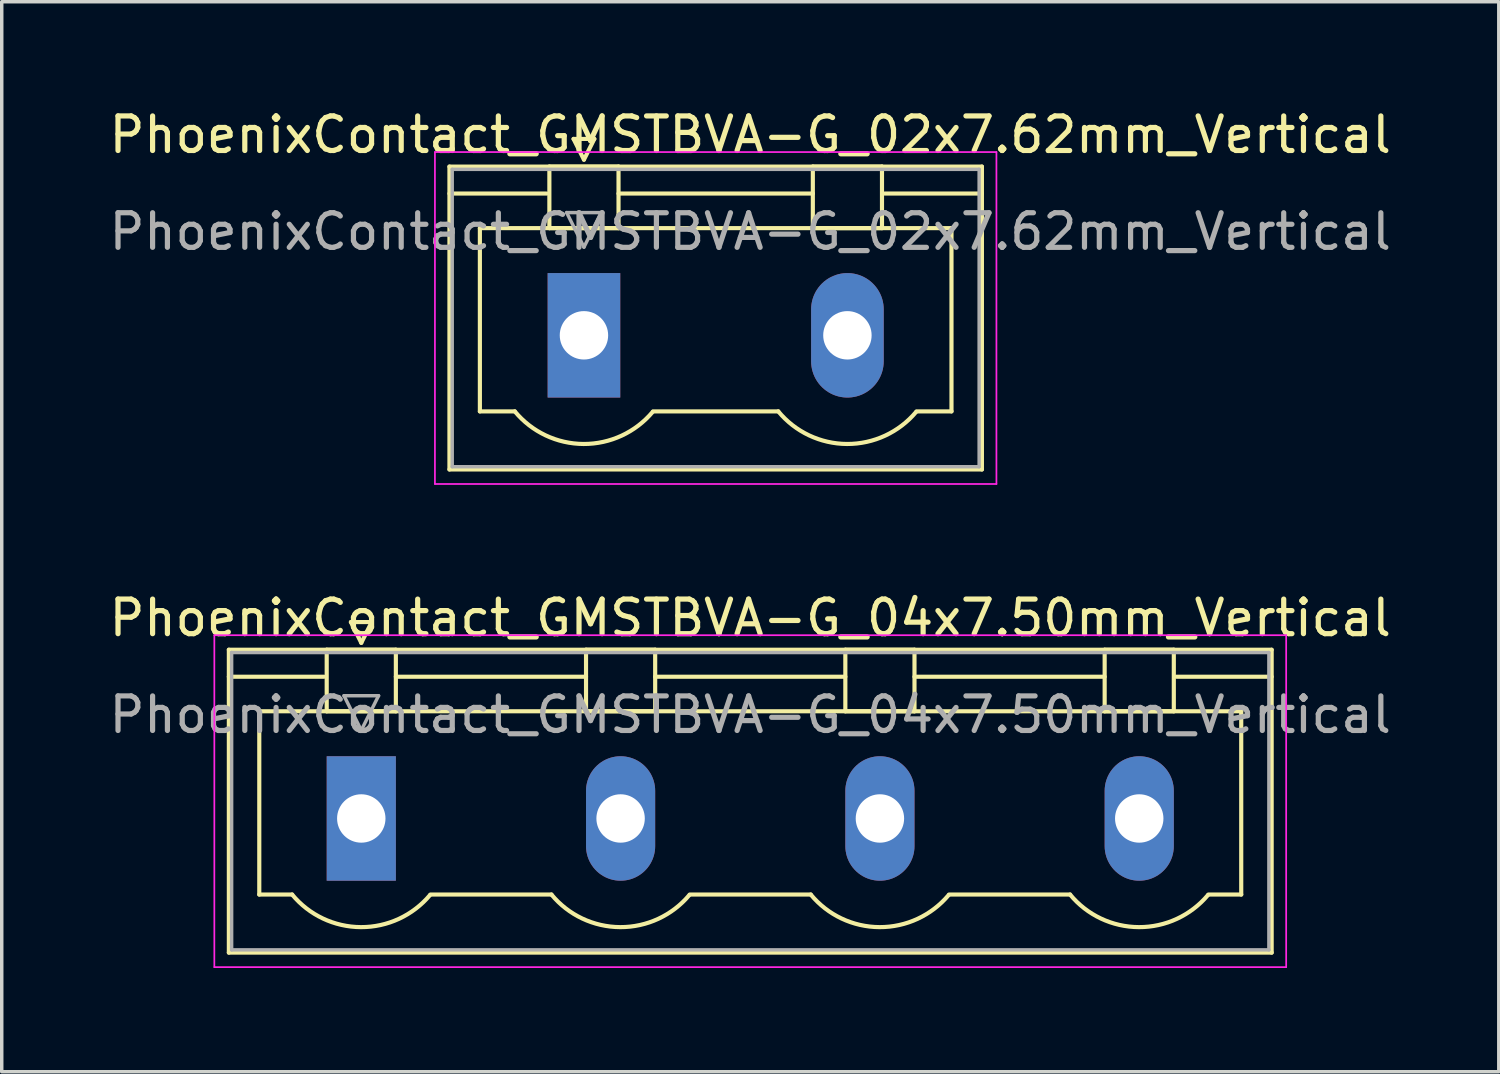
<source format=kicad_pcb>
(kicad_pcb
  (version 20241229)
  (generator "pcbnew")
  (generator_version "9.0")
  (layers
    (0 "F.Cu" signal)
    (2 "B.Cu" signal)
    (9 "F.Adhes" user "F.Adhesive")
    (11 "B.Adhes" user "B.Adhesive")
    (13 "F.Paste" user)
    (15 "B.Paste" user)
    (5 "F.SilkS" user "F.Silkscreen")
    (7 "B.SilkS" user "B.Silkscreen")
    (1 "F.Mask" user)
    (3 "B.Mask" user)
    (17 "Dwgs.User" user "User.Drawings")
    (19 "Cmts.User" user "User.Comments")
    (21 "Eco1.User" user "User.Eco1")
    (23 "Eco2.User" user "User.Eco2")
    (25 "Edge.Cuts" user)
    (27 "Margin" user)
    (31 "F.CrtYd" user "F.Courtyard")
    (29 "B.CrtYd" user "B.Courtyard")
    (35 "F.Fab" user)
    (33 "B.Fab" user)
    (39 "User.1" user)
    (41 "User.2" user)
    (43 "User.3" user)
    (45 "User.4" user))
  (footprint "PhoenixContact_GMSTBVA-G_04x7.50mm_Vertical"
    (layer "F.Cu")
    (at 7.399 20.622)
    (property "Reference" "PhoenixContact_GMSTBVA-G_04x7.50mm_Vertical" (at 11.25 -5.8 0) (layer "F.SilkS") (effects (font (size 1 1) (thickness 0.15))))
    (attr through_hole)
    (fp_line (start -3.83 -4.88) (end -3.83 3.88) (stroke (width 0.12) (type solid)) (layer "F.SilkS"))
    (fp_line (start -3.83 -4.1) (end -1.08 -4.1) (stroke (width 0.12) (type solid)) (layer "F.SilkS"))
    (fp_line (start -3.83 3.88) (end 26.33 3.88) (stroke (width 0.12) (type solid)) (layer "F.SilkS"))
    (fp_line (start -2.95 -3.1) (end 25.45 -3.1) (stroke (width 0.12) (type solid)) (layer "F.SilkS"))
    (fp_line (start -2.95 2.2) (end -2.95 -3.1) (stroke (width 0.12) (type solid)) (layer "F.SilkS"))
    (fp_line (start -2 2.2) (end -2.95 2.2) (stroke (width 0.12) (type solid)) (layer "F.SilkS"))
    (fp_line (start -1 -4.88) (end 1 -4.88) (stroke (width 0.12) (type solid)) (layer "F.SilkS"))
    (fp_line (start -1 -3.1) (end -1 -4.88) (stroke (width 0.12) (type solid)) (layer "F.SilkS"))
    (fp_line (start -0.3 -5.68) (end 0.3 -5.68) (stroke (width 0.12) (type solid)) (layer "F.SilkS"))
    (fp_line (start 0 -5.08) (end -0.3 -5.68) (stroke (width 0.12) (type solid)) (layer "F.SilkS"))
    (fp_line (start 0.3 -5.68) (end 0 -5.08) (stroke (width 0.12) (type solid)) (layer "F.SilkS"))
    (fp_line (start 1 -4.88) (end 1 -3.1) (stroke (width 0.12) (type solid)) (layer "F.SilkS"))
    (fp_line (start 1 -4.1) (end 6.5 -4.1) (stroke (width 0.12) (type solid)) (layer "F.SilkS"))
    (fp_line (start 1 -3.1) (end -1 -3.1) (stroke (width 0.12) (type solid)) (layer "F.SilkS"))
    (fp_line (start 2 2.2) (end 5.5 2.2) (stroke (width 0.12) (type solid)) (layer "F.SilkS"))
    (fp_line (start 6.5 -4.88) (end 8.5 -4.88) (stroke (width 0.12) (type solid)) (layer "F.SilkS"))
    (fp_line (start 6.5 -3.1) (end 6.5 -4.88) (stroke (width 0.12) (type solid)) (layer "F.SilkS"))
    (fp_line (start 8.5 -4.88) (end 8.5 -3.1) (stroke (width 0.12) (type solid)) (layer "F.SilkS"))
    (fp_line (start 8.5 -4.1) (end 14 -4.1) (stroke (width 0.12) (type solid)) (layer "F.SilkS"))
    (fp_line (start 8.5 -3.1) (end 6.5 -3.1) (stroke (width 0.12) (type solid)) (layer "F.SilkS"))
    (fp_line (start 9.5 2.2) (end 13 2.2) (stroke (width 0.12) (type solid)) (layer "F.SilkS"))
    (fp_line (start 14 -4.88) (end 16 -4.88) (stroke (width 0.12) (type solid)) (layer "F.SilkS"))
    (fp_line (start 14 -3.1) (end 14 -4.88) (stroke (width 0.12) (type solid)) (layer "F.SilkS"))
    (fp_line (start 16 -4.88) (end 16 -3.1) (stroke (width 0.12) (type solid)) (layer "F.SilkS"))
    (fp_line (start 16 -4.1) (end 21.5 -4.1) (stroke (width 0.12) (type solid)) (layer "F.SilkS"))
    (fp_line (start 16 -3.1) (end 14 -3.1) (stroke (width 0.12) (type solid)) (layer "F.SilkS"))
    (fp_line (start 17 2.2) (end 20.5 2.2) (stroke (width 0.12) (type solid)) (layer "F.SilkS"))
    (fp_line (start 21.5 -4.88) (end 23.5 -4.88) (stroke (width 0.12) (type solid)) (layer "F.SilkS"))
    (fp_line (start 21.5 -3.1) (end 21.5 -4.88) (stroke (width 0.12) (type solid)) (layer "F.SilkS"))
    (fp_line (start 23.5 -4.88) (end 23.5 -3.1) (stroke (width 0.12) (type solid)) (layer "F.SilkS"))
    (fp_line (start 23.5 -3.1) (end 21.5 -3.1) (stroke (width 0.12) (type solid)) (layer "F.SilkS"))
    (fp_line (start 25.45 -3.1) (end 25.45 2.2) (stroke (width 0.12) (type solid)) (layer "F.SilkS"))
    (fp_line (start 25.45 2.2) (end 24.5 2.2) (stroke (width 0.12) (type solid)) (layer "F.SilkS"))
    (fp_line (start 26.33 -4.88) (end -3.83 -4.88) (stroke (width 0.12) (type solid)) (layer "F.SilkS"))
    (fp_line (start 26.33 -4.1) (end 23.58 -4.1) (stroke (width 0.12) (type solid)) (layer "F.SilkS"))
    (fp_line (start 26.33 3.88) (end 26.33 -4.88) (stroke (width 0.12) (type solid)) (layer "F.SilkS"))
    (fp_arc (start 1.986842 2.215821) (mid -0.010289 3.142758) (end -2 2.2) (stroke (width 0.12) (type solid)) (layer "F.SilkS"))
    (fp_arc (start 9.486842 2.215821) (mid 7.489711 3.142758) (end 5.5 2.2) (stroke (width 0.12) (type solid)) (layer "F.SilkS"))
    (fp_arc (start 16.986842 2.215821) (mid 14.989711 3.142758) (end 13 2.2) (stroke (width 0.12) (type solid)) (layer "F.SilkS"))
    (fp_arc (start 24.486842 2.215821) (mid 22.489711 3.142758) (end 20.5 2.2) (stroke (width 0.12) (type solid)) (layer "F.SilkS"))
    (fp_line (start -4.25 -5.3) (end -4.25 4.3) (stroke (width 0.05) (type solid)) (layer "F.CrtYd"))
    (fp_line (start -4.25 4.3) (end 26.75 4.3) (stroke (width 0.05) (type solid)) (layer "F.CrtYd"))
    (fp_line (start 26.75 -5.3) (end -4.25 -5.3) (stroke (width 0.05) (type solid)) (layer "F.CrtYd"))
    (fp_line (start 26.75 4.3) (end 26.75 -5.3) (stroke (width 0.05) (type solid)) (layer "F.CrtYd"))
    (fp_line (start -3.75 -4.8) (end -3.75 3.8) (stroke (width 0.1) (type solid)) (layer "F.Fab"))
    (fp_line (start -3.75 3.8) (end 26.25 3.8) (stroke (width 0.1) (type solid)) (layer "F.Fab"))
    (fp_line (start -0.5 -3.55) (end 0.5 -3.55) (stroke (width 0.1) (type solid)) (layer "F.Fab"))
    (fp_line (start 0 -2.55) (end -0.5 -3.55) (stroke (width 0.1) (type solid)) (layer "F.Fab"))
    (fp_line (start 0.5 -3.55) (end 0 -2.55) (stroke (width 0.1) (type solid)) (layer "F.Fab"))
    (fp_line (start 26.25 -4.8) (end -3.75 -4.8) (stroke (width 0.1) (type solid)) (layer "F.Fab"))
    (fp_line (start 26.25 3.8) (end 26.25 -4.8) (stroke (width 0.1) (type solid)) (layer "F.Fab"))
    (fp_text user "${REFERENCE}" (at 11.25 -3 0) (layer "F.Fab") (effects (font (size 1 1) (thickness 0.15))))
    (pad "1" thru_hole rect (at 0 0) (size 2 3.6) (drill 1.4) (layers "*.Cu" "*.Mask"))
    (pad "2" thru_hole oval (at 7.5 0) (size 2 3.6) (drill 1.4) (layers "*.Cu" "*.Mask"))
    (pad "3" thru_hole oval (at 15 0) (size 2 3.6) (drill 1.4) (layers "*.Cu" "*.Mask"))
    (pad "4" thru_hole oval (at 22.5 0) (size 2 3.6) (drill 1.4) (layers "*.Cu" "*.Mask")))
  (footprint "PhoenixContact_GMSTBVA-G_02x7.62mm_Vertical"
    (layer "F.Cu")
    (at 13.839 6.648)
    (property "Reference" "PhoenixContact_GMSTBVA-G_02x7.62mm_Vertical" (at 4.81 -5.8 0) (layer "F.SilkS") (effects (font (size 1 1) (thickness 0.15))))
    (attr through_hole)
    (fp_line (start -3.89 -4.88) (end -3.89 3.88) (stroke (width 0.12) (type solid)) (layer "F.SilkS"))
    (fp_line (start -3.89 -4.1) (end -1.08 -4.1) (stroke (width 0.12) (type solid)) (layer "F.SilkS"))
    (fp_line (start -3.89 3.88) (end 11.51 3.88) (stroke (width 0.12) (type solid)) (layer "F.SilkS"))
    (fp_line (start -3.01 -3.1) (end 10.63 -3.1) (stroke (width 0.12) (type solid)) (layer "F.SilkS"))
    (fp_line (start -3.01 2.2) (end -3.01 -3.1) (stroke (width 0.12) (type solid)) (layer "F.SilkS"))
    (fp_line (start -2 2.2) (end -3.01 2.2) (stroke (width 0.12) (type solid)) (layer "F.SilkS"))
    (fp_line (start -1 -4.88) (end 1 -4.88) (stroke (width 0.12) (type solid)) (layer "F.SilkS"))
    (fp_line (start -1 -3.1) (end -1 -4.88) (stroke (width 0.12) (type solid)) (layer "F.SilkS"))
    (fp_line (start -0.3 -5.68) (end 0.3 -5.68) (stroke (width 0.12) (type solid)) (layer "F.SilkS"))
    (fp_line (start 0 -5.08) (end -0.3 -5.68) (stroke (width 0.12) (type solid)) (layer "F.SilkS"))
    (fp_line (start 0.3 -5.68) (end 0 -5.08) (stroke (width 0.12) (type solid)) (layer "F.SilkS"))
    (fp_line (start 1 -4.88) (end 1 -3.1) (stroke (width 0.12) (type solid)) (layer "F.SilkS"))
    (fp_line (start 1 -4.1) (end 6.62 -4.1) (stroke (width 0.12) (type solid)) (layer "F.SilkS"))
    (fp_line (start 1 -3.1) (end -1 -3.1) (stroke (width 0.12) (type solid)) (layer "F.SilkS"))
    (fp_line (start 2 2.2) (end 5.62 2.2) (stroke (width 0.12) (type solid)) (layer "F.SilkS"))
    (fp_line (start 6.62 -4.88) (end 8.62 -4.88) (stroke (width 0.12) (type solid)) (layer "F.SilkS"))
    (fp_line (start 6.62 -3.1) (end 6.62 -4.88) (stroke (width 0.12) (type solid)) (layer "F.SilkS"))
    (fp_line (start 8.62 -4.88) (end 8.62 -3.1) (stroke (width 0.12) (type solid)) (layer "F.SilkS"))
    (fp_line (start 8.62 -3.1) (end 6.62 -3.1) (stroke (width 0.12) (type solid)) (layer "F.SilkS"))
    (fp_line (start 10.63 -3.1) (end 10.63 2.2) (stroke (width 0.12) (type solid)) (layer "F.SilkS"))
    (fp_line (start 10.63 2.2) (end 9.62 2.2) (stroke (width 0.12) (type solid)) (layer "F.SilkS"))
    (fp_line (start 11.51 -4.88) (end -3.89 -4.88) (stroke (width 0.12) (type solid)) (layer "F.SilkS"))
    (fp_line (start 11.51 -4.1) (end 8.7 -4.1) (stroke (width 0.12) (type solid)) (layer "F.SilkS"))
    (fp_line (start 11.51 3.88) (end 11.51 -4.88) (stroke (width 0.12) (type solid)) (layer "F.SilkS"))
    (fp_arc (start 1.986842 2.215821) (mid -0.010289 3.142758) (end -2 2.2) (stroke (width 0.12) (type solid)) (layer "F.SilkS"))
    (fp_arc (start 9.606842 2.215821) (mid 7.609711 3.142758) (end 5.62 2.2) (stroke (width 0.12) (type solid)) (layer "F.SilkS"))
    (fp_line (start -4.31 -5.3) (end -4.31 4.3) (stroke (width 0.05) (type solid)) (layer "F.CrtYd"))
    (fp_line (start -4.31 4.3) (end 11.93 4.3) (stroke (width 0.05) (type solid)) (layer "F.CrtYd"))
    (fp_line (start 11.93 -5.3) (end -4.31 -5.3) (stroke (width 0.05) (type solid)) (layer "F.CrtYd"))
    (fp_line (start 11.93 4.3) (end 11.93 -5.3) (stroke (width 0.05) (type solid)) (layer "F.CrtYd"))
    (fp_line (start -3.81 -4.8) (end -3.81 3.8) (stroke (width 0.1) (type solid)) (layer "F.Fab"))
    (fp_line (start -3.81 3.8) (end 11.43 3.8) (stroke (width 0.1) (type solid)) (layer "F.Fab"))
    (fp_line (start -0.5 -3.55) (end 0.5 -3.55) (stroke (width 0.1) (type solid)) (layer "F.Fab"))
    (fp_line (start 0 -2.55) (end -0.5 -3.55) (stroke (width 0.1) (type solid)) (layer "F.Fab"))
    (fp_line (start 0.5 -3.55) (end 0 -2.55) (stroke (width 0.1) (type solid)) (layer "F.Fab"))
    (fp_line (start 11.43 -4.8) (end -3.81 -4.8) (stroke (width 0.1) (type solid)) (layer "F.Fab"))
    (fp_line (start 11.43 3.8) (end 11.43 -4.8) (stroke (width 0.1) (type solid)) (layer "F.Fab"))
    (fp_text user "${REFERENCE}" (at 4.81 -3 0) (layer "F.Fab") (effects (font (size 1 1) (thickness 0.15))))
    (pad "1" thru_hole rect (at 0 0) (size 2.1 3.6) (drill 1.4) (layers "*.Cu" "*.Mask"))
    (pad "2" thru_hole oval (at 7.62 0) (size 2.1 3.6) (drill 1.4) (layers "*.Cu" "*.Mask")))
  (gr_rect
    (start -3 -3)
    (end 40.298 27.947)
    (stroke (width 0.1) (type default))
    (fill no)
    (layer "Edge.Cuts")))
</source>
